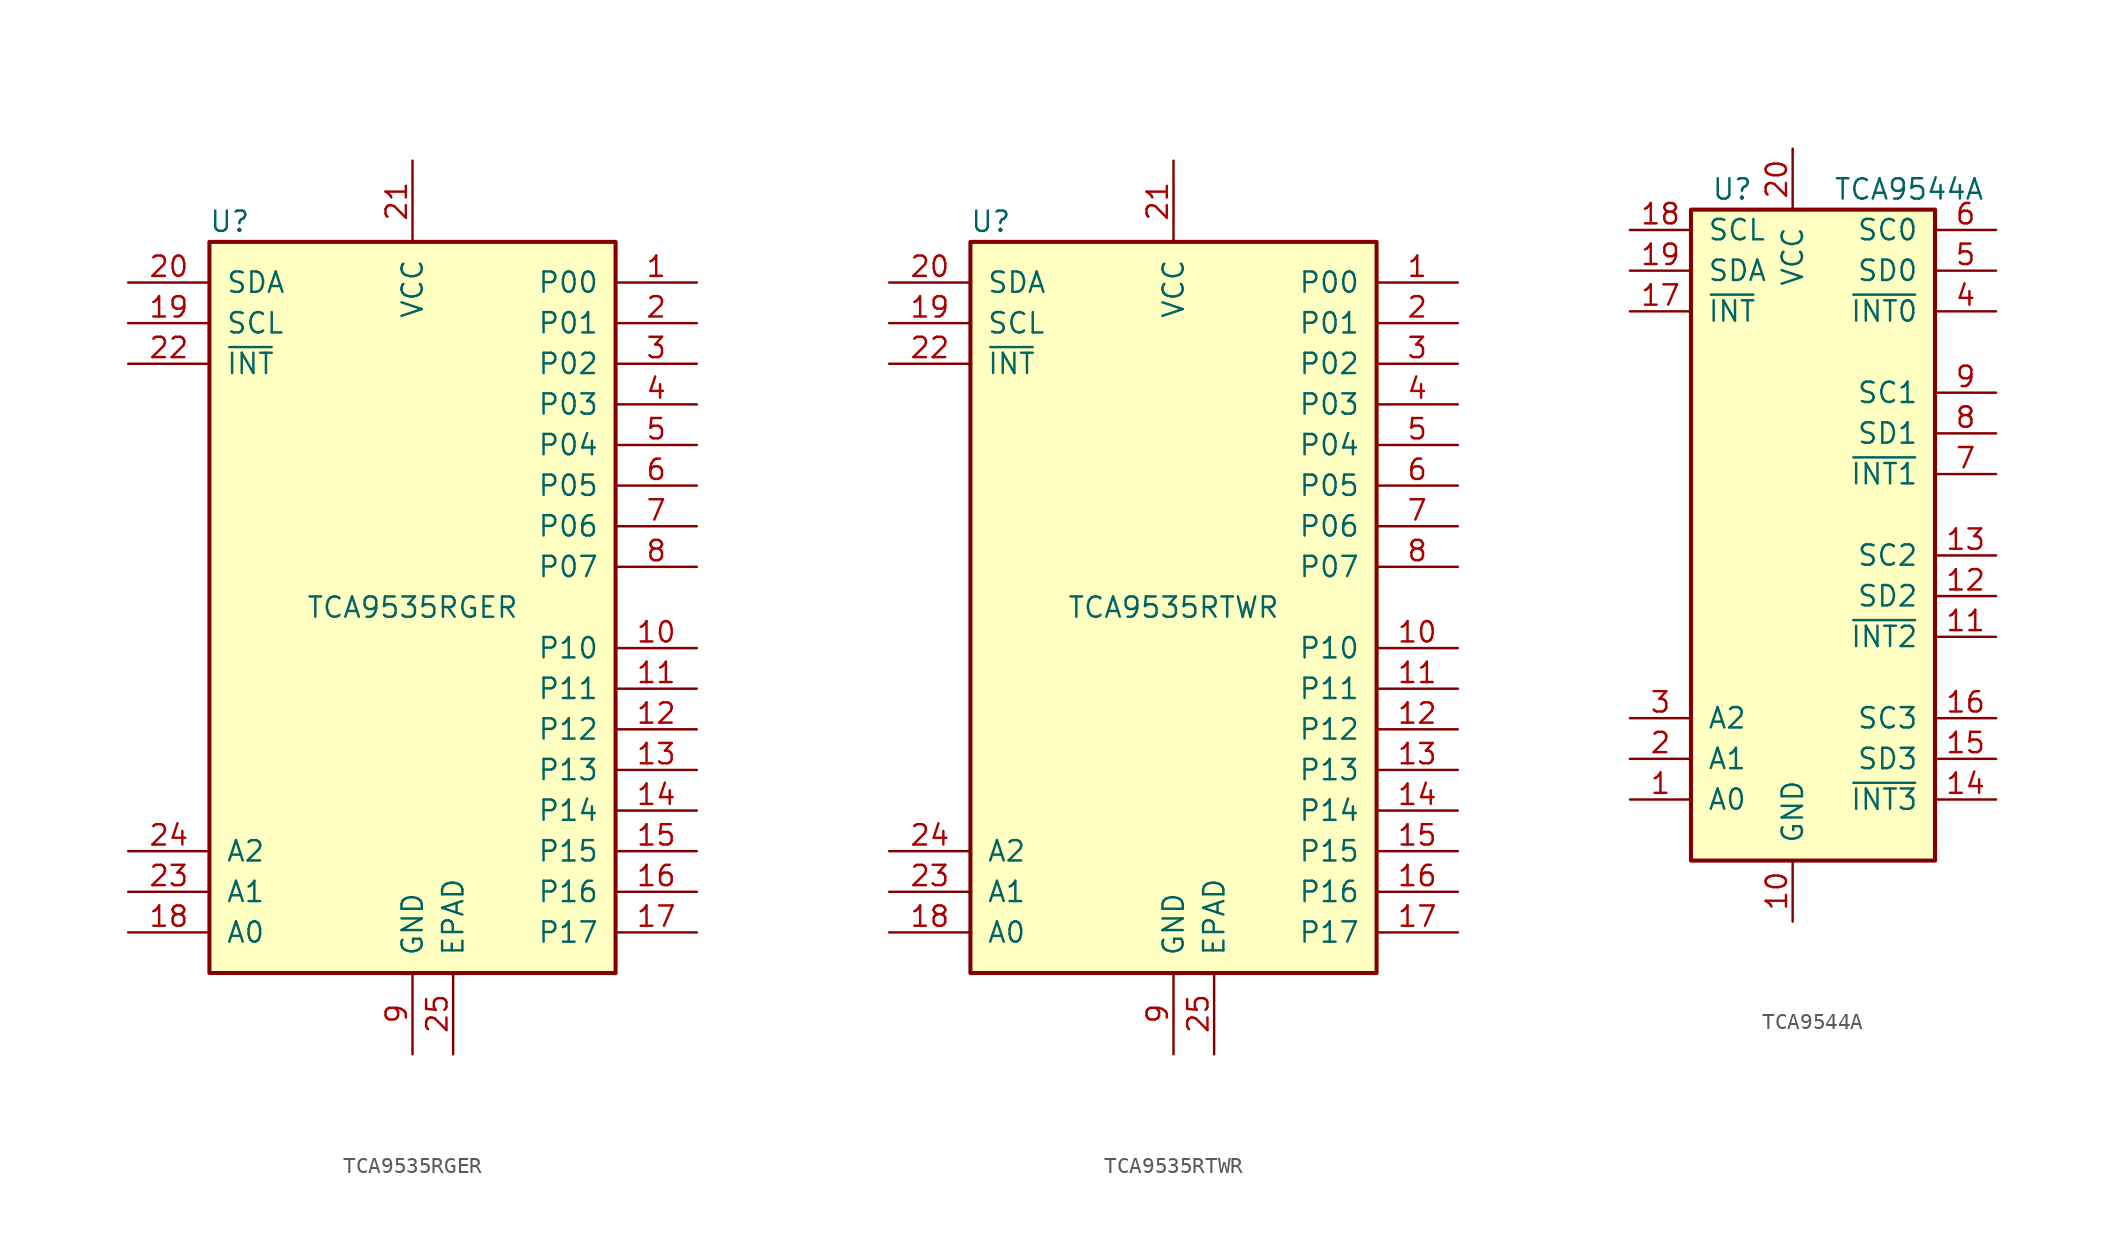
<source format=kicad_sym>
(kicad_symbol_lib
  (version 20201005)
  (generator kicad_symbol_editor)
  (symbol "Interface_Expansion:TCA9535RGER"
    (pin_names
      (offset 1.016))
    (property "Reference" "U"
      (at -11.43 24.13 0)
      (effects (font (size 1.27 1.27))))
    (property "Value" "TCA9535RGER"
      (at 0 0 0)
      (effects (font (size 1.27 1.27))))
    (symbol "TCA9535RGER_0_1"
      (rectangle (start -12.7 22.86) (end 12.7 -22.86) (stroke (width 0.254)) (fill (type background))))
    (symbol "TCA9535RGER_1_1"
      (pin bidirectional line (at 17.78 20.32 180) (length 5.08) (name "P00" (effects (font (size 1.27 1.27)))) (number "1" (effects (font (size 1.27 1.27)))))
      (pin bidirectional line (at 17.78 -2.54 180) (length 5.08) (name "P10" (effects (font (size 1.27 1.27)))) (number "10" (effects (font (size 1.27 1.27)))))
      (pin bidirectional line (at 17.78 -5.08 180) (length 5.08) (name "P11" (effects (font (size 1.27 1.27)))) (number "11" (effects (font (size 1.27 1.27)))))
      (pin bidirectional line (at 17.78 -7.62 180) (length 5.08) (name "P12" (effects (font (size 1.27 1.27)))) (number "12" (effects (font (size 1.27 1.27)))))
      (pin bidirectional line (at 17.78 -10.16 180) (length 5.08) (name "P13" (effects (font (size 1.27 1.27)))) (number "13" (effects (font (size 1.27 1.27)))))
      (pin bidirectional line (at 17.78 -12.7 180) (length 5.08) (name "P14" (effects (font (size 1.27 1.27)))) (number "14" (effects (font (size 1.27 1.27)))))
      (pin bidirectional line (at 17.78 -15.24 180) (length 5.08) (name "P15" (effects (font (size 1.27 1.27)))) (number "15" (effects (font (size 1.27 1.27)))))
      (pin bidirectional line (at 17.78 -17.78 180) (length 5.08) (name "P16" (effects (font (size 1.27 1.27)))) (number "16" (effects (font (size 1.27 1.27)))))
      (pin bidirectional line (at 17.78 -20.32 180) (length 5.08) (name "P17" (effects (font (size 1.27 1.27)))) (number "17" (effects (font (size 1.27 1.27)))))
      (pin input line (at -17.78 -20.32 0) (length 5.08) (name "A0" (effects (font (size 1.27 1.27)))) (number "18" (effects (font (size 1.27 1.27)))))
      (pin input line (at -17.78 17.78 0) (length 5.08) (name "SCL" (effects (font (size 1.27 1.27)))) (number "19" (effects (font (size 1.27 1.27)))))
      (pin bidirectional line (at 17.78 17.78 180) (length 5.08) (name "P01" (effects (font (size 1.27 1.27)))) (number "2" (effects (font (size 1.27 1.27)))))
      (pin bidirectional line (at -17.78 20.32 0) (length 5.08) (name "SDA" (effects (font (size 1.27 1.27)))) (number "20" (effects (font (size 1.27 1.27)))))
      (pin power_in line (at 0 27.94 270) (length 5.08) (name "VCC" (effects (font (size 1.27 1.27)))) (number "21" (effects (font (size 1.27 1.27)))))
      (pin open_collector line (at -17.78 15.24 0) (length 5.08) (name "~INT" (effects (font (size 1.27 1.27)))) (number "22" (effects (font (size 1.27 1.27)))))
      (pin input line (at -17.78 -17.78 0) (length 5.08) (name "A1" (effects (font (size 1.27 1.27)))) (number "23" (effects (font (size 1.27 1.27)))))
      (pin input line (at -17.78 -15.24 0) (length 5.08) (name "A2" (effects (font (size 1.27 1.27)))) (number "24" (effects (font (size 1.27 1.27)))))
      (pin input line (at 2.54 -27.94 90) (length 5.08) (name "EPAD" (effects (font (size 1.27 1.27)))) (number "25" (effects (font (size 1.27 1.27)))))
      (pin bidirectional line (at 17.78 15.24 180) (length 5.08) (name "P02" (effects (font (size 1.27 1.27)))) (number "3" (effects (font (size 1.27 1.27)))))
      (pin bidirectional line (at 17.78 12.7 180) (length 5.08) (name "P03" (effects (font (size 1.27 1.27)))) (number "4" (effects (font (size 1.27 1.27)))))
      (pin bidirectional line (at 17.78 10.16 180) (length 5.08) (name "P04" (effects (font (size 1.27 1.27)))) (number "5" (effects (font (size 1.27 1.27)))))
      (pin bidirectional line (at 17.78 7.62 180) (length 5.08) (name "P05" (effects (font (size 1.27 1.27)))) (number "6" (effects (font (size 1.27 1.27)))))
      (pin bidirectional line (at 17.78 5.08 180) (length 5.08) (name "P06" (effects (font (size 1.27 1.27)))) (number "7" (effects (font (size 1.27 1.27)))))
      (pin bidirectional line (at 17.78 2.54 180) (length 5.08) (name "P07" (effects (font (size 1.27 1.27)))) (number "8" (effects (font (size 1.27 1.27)))))
      (pin power_in line (at 0 -27.94 90) (length 5.08) (name "GND" (effects (font (size 1.27 1.27)))) (number "9" (effects (font (size 1.27 1.27)))))))
  (symbol "Interface_Expansion:TCA9535RTWR"
    (pin_names
      (offset 1.016))
    (property "Reference" "U"
      (at -11.43 24.13 0)
      (effects (font (size 1.27 1.27))))
    (property "Value" "TCA9535RTWR"
      (at 0 0 0)
      (effects (font (size 1.27 1.27))))
    (symbol "TCA9535RTWR_0_1"
      (rectangle (start -12.7 22.86) (end 12.7 -22.86) (stroke (width 0.254)) (fill (type background))))
    (symbol "TCA9535RTWR_1_1"
      (pin bidirectional line (at 17.78 20.32 180) (length 5.08) (name "P00" (effects (font (size 1.27 1.27)))) (number "1" (effects (font (size 1.27 1.27)))))
      (pin bidirectional line (at 17.78 -2.54 180) (length 5.08) (name "P10" (effects (font (size 1.27 1.27)))) (number "10" (effects (font (size 1.27 1.27)))))
      (pin bidirectional line (at 17.78 -5.08 180) (length 5.08) (name "P11" (effects (font (size 1.27 1.27)))) (number "11" (effects (font (size 1.27 1.27)))))
      (pin bidirectional line (at 17.78 -7.62 180) (length 5.08) (name "P12" (effects (font (size 1.27 1.27)))) (number "12" (effects (font (size 1.27 1.27)))))
      (pin bidirectional line (at 17.78 -10.16 180) (length 5.08) (name "P13" (effects (font (size 1.27 1.27)))) (number "13" (effects (font (size 1.27 1.27)))))
      (pin bidirectional line (at 17.78 -12.7 180) (length 5.08) (name "P14" (effects (font (size 1.27 1.27)))) (number "14" (effects (font (size 1.27 1.27)))))
      (pin bidirectional line (at 17.78 -15.24 180) (length 5.08) (name "P15" (effects (font (size 1.27 1.27)))) (number "15" (effects (font (size 1.27 1.27)))))
      (pin bidirectional line (at 17.78 -17.78 180) (length 5.08) (name "P16" (effects (font (size 1.27 1.27)))) (number "16" (effects (font (size 1.27 1.27)))))
      (pin bidirectional line (at 17.78 -20.32 180) (length 5.08) (name "P17" (effects (font (size 1.27 1.27)))) (number "17" (effects (font (size 1.27 1.27)))))
      (pin input line (at -17.78 -20.32 0) (length 5.08) (name "A0" (effects (font (size 1.27 1.27)))) (number "18" (effects (font (size 1.27 1.27)))))
      (pin input line (at -17.78 17.78 0) (length 5.08) (name "SCL" (effects (font (size 1.27 1.27)))) (number "19" (effects (font (size 1.27 1.27)))))
      (pin bidirectional line (at 17.78 17.78 180) (length 5.08) (name "P01" (effects (font (size 1.27 1.27)))) (number "2" (effects (font (size 1.27 1.27)))))
      (pin bidirectional line (at -17.78 20.32 0) (length 5.08) (name "SDA" (effects (font (size 1.27 1.27)))) (number "20" (effects (font (size 1.27 1.27)))))
      (pin power_in line (at 0 27.94 270) (length 5.08) (name "VCC" (effects (font (size 1.27 1.27)))) (number "21" (effects (font (size 1.27 1.27)))))
      (pin open_collector line (at -17.78 15.24 0) (length 5.08) (name "~INT" (effects (font (size 1.27 1.27)))) (number "22" (effects (font (size 1.27 1.27)))))
      (pin input line (at -17.78 -17.78 0) (length 5.08) (name "A1" (effects (font (size 1.27 1.27)))) (number "23" (effects (font (size 1.27 1.27)))))
      (pin input line (at -17.78 -15.24 0) (length 5.08) (name "A2" (effects (font (size 1.27 1.27)))) (number "24" (effects (font (size 1.27 1.27)))))
      (pin input line (at 2.54 -27.94 90) (length 5.08) (name "EPAD" (effects (font (size 1.27 1.27)))) (number "25" (effects (font (size 1.27 1.27)))))
      (pin bidirectional line (at 17.78 15.24 180) (length 5.08) (name "P02" (effects (font (size 1.27 1.27)))) (number "3" (effects (font (size 1.27 1.27)))))
      (pin bidirectional line (at 17.78 12.7 180) (length 5.08) (name "P03" (effects (font (size 1.27 1.27)))) (number "4" (effects (font (size 1.27 1.27)))))
      (pin bidirectional line (at 17.78 10.16 180) (length 5.08) (name "P04" (effects (font (size 1.27 1.27)))) (number "5" (effects (font (size 1.27 1.27)))))
      (pin bidirectional line (at 17.78 7.62 180) (length 5.08) (name "P05" (effects (font (size 1.27 1.27)))) (number "6" (effects (font (size 1.27 1.27)))))
      (pin bidirectional line (at 17.78 5.08 180) (length 5.08) (name "P06" (effects (font (size 1.27 1.27)))) (number "7" (effects (font (size 1.27 1.27)))))
      (pin bidirectional line (at 17.78 2.54 180) (length 5.08) (name "P07" (effects (font (size 1.27 1.27)))) (number "8" (effects (font (size 1.27 1.27)))))
      (pin power_in line (at 0 -27.94 90) (length 5.08) (name "GND" (effects (font (size 1.27 1.27)))) (number "9" (effects (font (size 1.27 1.27)))))))
  (symbol "Interface_Expansion:TCA9544A"
    (pin_names
      (offset 1.016))
    (property "Reference" "U"
      (at -5.08 20.32 0)
      (effects (font (size 1.27 1.27)) (justify left)))
    (property "Value" "TCA9544A"
      (at 2.54 20.32 0)
      (effects (font (size 1.27 1.27)) (justify left)))
    (symbol "TCA9544A_0_1"
      (rectangle (start -6.35 19.05) (end 8.89 -21.59) (stroke (width 0.254)) (fill (type background))))
    (symbol "TCA9544A_1_1"
      (pin input line (at -10.16 -17.78 0) (length 3.81) (name "A0" (effects (font (size 1.27 1.27)))) (number "1" (effects (font (size 1.27 1.27)))))
      (pin power_in line (at 0 -25.4 90) (length 3.81) (name "GND" (effects (font (size 1.27 1.27)))) (number "10" (effects (font (size 1.27 1.27)))))
      (pin input line (at 12.7 -7.62 180) (length 3.81) (name "~INT2" (effects (font (size 1.27 1.27)))) (number "11" (effects (font (size 1.27 1.27)))))
      (pin bidirectional line (at 12.7 -5.08 180) (length 3.81) (name "SD2" (effects (font (size 1.27 1.27)))) (number "12" (effects (font (size 1.27 1.27)))))
      (pin bidirectional line (at 12.7 -2.54 180) (length 3.81) (name "SC2" (effects (font (size 1.27 1.27)))) (number "13" (effects (font (size 1.27 1.27)))))
      (pin input line (at 12.7 -17.78 180) (length 3.81) (name "~INT3" (effects (font (size 1.27 1.27)))) (number "14" (effects (font (size 1.27 1.27)))))
      (pin bidirectional line (at 12.7 -15.24 180) (length 3.81) (name "SD3" (effects (font (size 1.27 1.27)))) (number "15" (effects (font (size 1.27 1.27)))))
      (pin bidirectional line (at 12.7 -12.7 180) (length 3.81) (name "SC3" (effects (font (size 1.27 1.27)))) (number "16" (effects (font (size 1.27 1.27)))))
      (pin open_collector line (at -10.16 12.7 0) (length 3.81) (name "~INT" (effects (font (size 1.27 1.27)))) (number "17" (effects (font (size 1.27 1.27)))))
      (pin bidirectional line (at -10.16 17.78 0) (length 3.81) (name "SCL" (effects (font (size 1.27 1.27)))) (number "18" (effects (font (size 1.27 1.27)))))
      (pin bidirectional line (at -10.16 15.24 0) (length 3.81) (name "SDA" (effects (font (size 1.27 1.27)))) (number "19" (effects (font (size 1.27 1.27)))))
      (pin input line (at -10.16 -15.24 0) (length 3.81) (name "A1" (effects (font (size 1.27 1.27)))) (number "2" (effects (font (size 1.27 1.27)))))
      (pin power_in line (at 0 22.86 270) (length 3.81) (name "VCC" (effects (font (size 1.27 1.27)))) (number "20" (effects (font (size 1.27 1.27)))))
      (pin input line (at -10.16 -12.7 0) (length 3.81) (name "A2" (effects (font (size 1.27 1.27)))) (number "3" (effects (font (size 1.27 1.27)))))
      (pin input line (at 12.7 12.7 180) (length 3.81) (name "~INT0" (effects (font (size 1.27 1.27)))) (number "4" (effects (font (size 1.27 1.27)))))
      (pin bidirectional line (at 12.7 15.24 180) (length 3.81) (name "SD0" (effects (font (size 1.27 1.27)))) (number "5" (effects (font (size 1.27 1.27)))))
      (pin bidirectional line (at 12.7 17.78 180) (length 3.81) (name "SC0" (effects (font (size 1.27 1.27)))) (number "6" (effects (font (size 1.27 1.27)))))
      (pin input line (at 12.7 2.54 180) (length 3.81) (name "~INT1" (effects (font (size 1.27 1.27)))) (number "7" (effects (font (size 1.27 1.27)))))
      (pin bidirectional line (at 12.7 5.08 180) (length 3.81) (name "SD1" (effects (font (size 1.27 1.27)))) (number "8" (effects (font (size 1.27 1.27)))))
      (pin bidirectional line (at 12.7 7.62 180) (length 3.81) (name "SC1" (effects (font (size 1.27 1.27)))) (number "9" (effects (font (size 1.27 1.27))))))))
</source>
